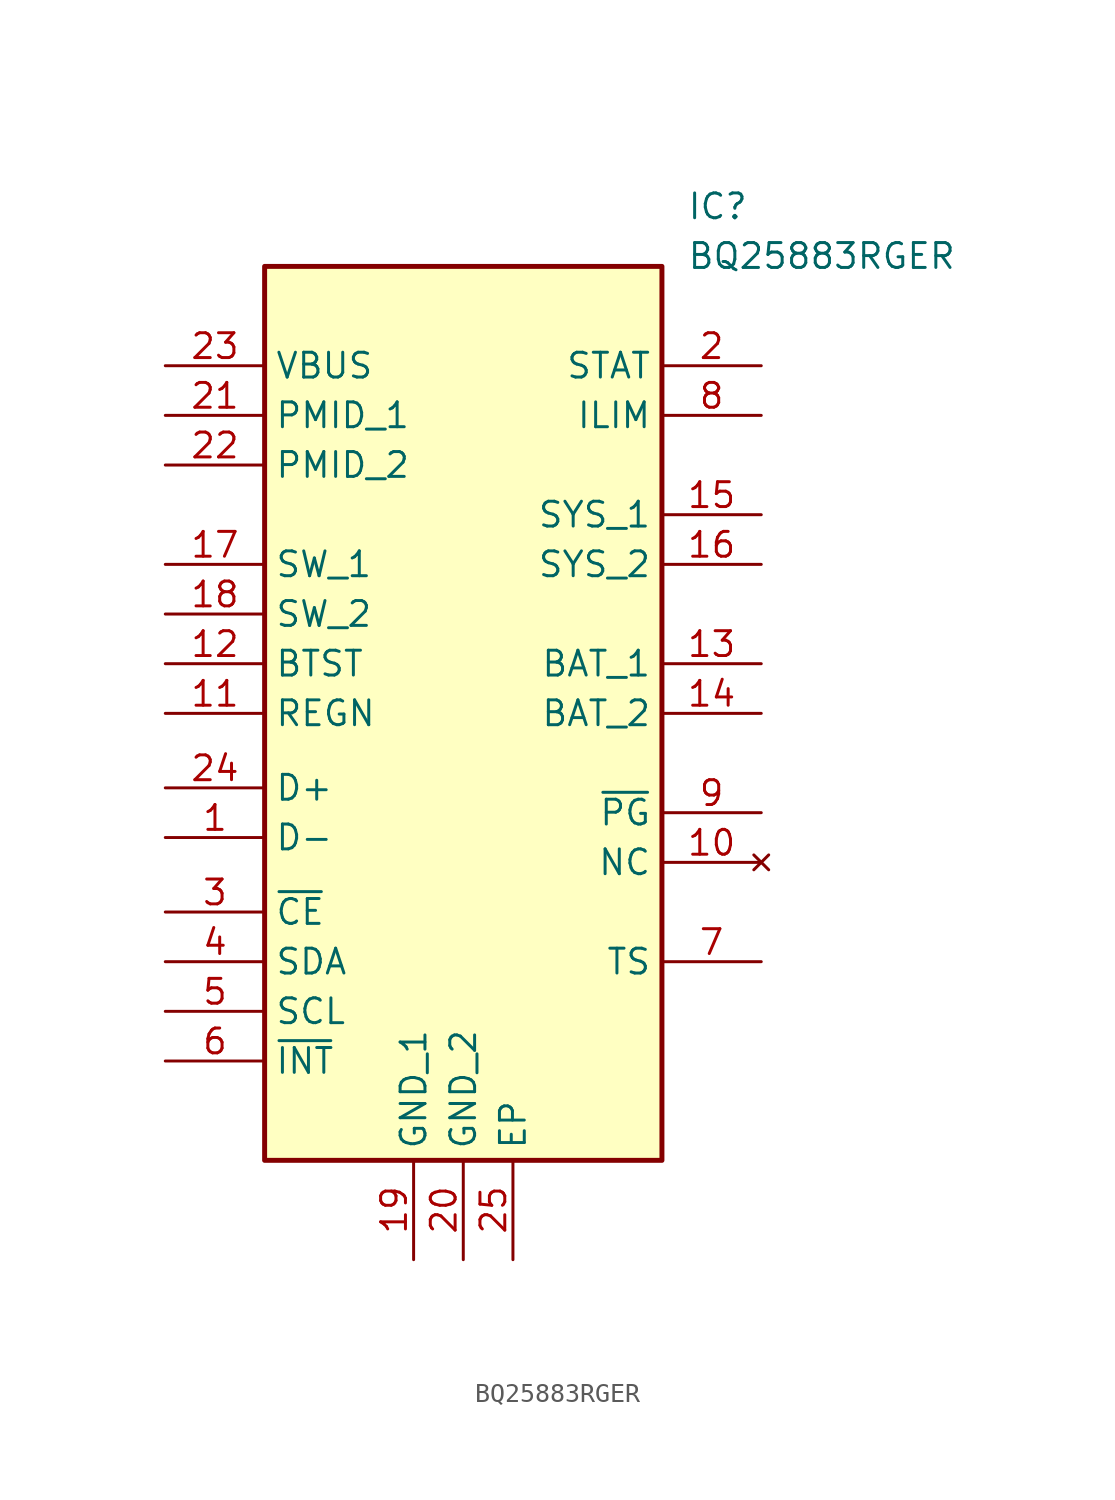
<source format=kicad_sym>
(kicad_symbol_lib
  (version 20241209)
  (generator "kicad_symbol_editor")
  (generator_version "9.0")
  (symbol "BQ25883RGER"
    (property "Reference" "IC"
      (at 26.67 17.78 0)
      (effects (font (size 1.27 1.27)) (justify left top)))
    (property "Value" "BQ25883RGER"
      (at 26.67 15.24 0)
      (effects (font (size 1.27 1.27)) (justify left top)))
    (symbol "BQ25883RGER_1_1"
      (rectangle (start 5.08 13.97) (end 25.4 -31.75) (stroke (width 0.254) (type default)) (fill (type background)))
      (pin passive line (at 0 8.89 0) (length 5.08) (name "VBUS" (effects (font (size 1.27 1.27)))) (number "23" (effects (font (size 1.27 1.27)))))
      (pin passive line (at 0 6.35 0) (length 5.08) (name "PMID_1" (effects (font (size 1.27 1.27)))) (number "21" (effects (font (size 1.27 1.27)))))
      (pin passive line (at 0 3.81 0) (length 5.08) (name "PMID_2" (effects (font (size 1.27 1.27)))) (number "22" (effects (font (size 1.27 1.27)))))
      (pin passive line (at 0 -1.27 0) (length 5.08) (name "SW_1" (effects (font (size 1.27 1.27)))) (number "17" (effects (font (size 1.27 1.27)))))
      (pin passive line (at 0 -3.81 0) (length 5.08) (name "SW_2" (effects (font (size 1.27 1.27)))) (number "18" (effects (font (size 1.27 1.27)))))
      (pin passive line (at 0 -6.35 0) (length 5.08) (name "BTST" (effects (font (size 1.27 1.27)))) (number "12" (effects (font (size 1.27 1.27)))))
      (pin passive line (at 0 -8.89 0) (length 5.08) (name "REGN" (effects (font (size 1.27 1.27)))) (number "11" (effects (font (size 1.27 1.27)))))
      (pin passive line (at 0 -12.7 0) (length 5.08) (name "D+" (effects (font (size 1.27 1.27)))) (number "24" (effects (font (size 1.27 1.27)))))
      (pin passive line (at 0 -15.24 0) (length 5.08) (name "D-" (effects (font (size 1.27 1.27)))) (number "1" (effects (font (size 1.27 1.27)))))
      (pin passive line (at 0 -19.05 0) (length 5.08) (name "~{CE}" (effects (font (size 1.27 1.27)))) (number "3" (effects (font (size 1.27 1.27)))))
      (pin passive line (at 0 -21.59 0) (length 5.08) (name "SDA" (effects (font (size 1.27 1.27)))) (number "4" (effects (font (size 1.27 1.27)))))
      (pin passive line (at 0 -24.13 0) (length 5.08) (name "SCL" (effects (font (size 1.27 1.27)))) (number "5" (effects (font (size 1.27 1.27)))))
      (pin passive line (at 0 -26.67 0) (length 5.08) (name "~{INT}" (effects (font (size 1.27 1.27)))) (number "6" (effects (font (size 1.27 1.27)))))
      (pin passive line (at 12.7 -36.83 90) (length 5.08) (name "GND_1" (effects (font (size 1.27 1.27)))) (number "19" (effects (font (size 1.27 1.27)))))
      (pin passive line (at 15.24 -36.83 90) (length 5.08) (name "GND_2" (effects (font (size 1.27 1.27)))) (number "20" (effects (font (size 1.27 1.27)))))
      (pin passive line (at 17.78 -36.83 90) (length 5.08) (name "EP" (effects (font (size 1.27 1.27)))) (number "25" (effects (font (size 1.27 1.27)))))
      (pin passive line (at 30.48 8.89 180) (length 5.08) (name "STAT" (effects (font (size 1.27 1.27)))) (number "2" (effects (font (size 1.27 1.27)))))
      (pin passive line (at 30.48 6.35 180) (length 5.08) (name "ILIM" (effects (font (size 1.27 1.27)))) (number "8" (effects (font (size 1.27 1.27)))))
      (pin passive line (at 30.48 1.27 180) (length 5.08) (name "SYS_1" (effects (font (size 1.27 1.27)))) (number "15" (effects (font (size 1.27 1.27)))))
      (pin passive line (at 30.48 -1.27 180) (length 5.08) (name "SYS_2" (effects (font (size 1.27 1.27)))) (number "16" (effects (font (size 1.27 1.27)))))
      (pin passive line (at 30.48 -6.35 180) (length 5.08) (name "BAT_1" (effects (font (size 1.27 1.27)))) (number "13" (effects (font (size 1.27 1.27)))))
      (pin passive line (at 30.48 -8.89 180) (length 5.08) (name "BAT_2" (effects (font (size 1.27 1.27)))) (number "14" (effects (font (size 1.27 1.27)))))
      (pin passive line (at 30.48 -13.97 180) (length 5.08) (name "~{PG}" (effects (font (size 1.27 1.27)))) (number "9" (effects (font (size 1.27 1.27)))))
      (pin no_connect line (at 30.48 -16.51 180) (length 5.08) (name "NC" (effects (font (size 1.27 1.27)))) (number "10" (effects (font (size 1.27 1.27)))))
      (pin passive line (at 30.48 -21.59 180) (length 5.08) (name "TS" (effects (font (size 1.27 1.27)))) (number "7" (effects (font (size 1.27 1.27))))))))
</source>
